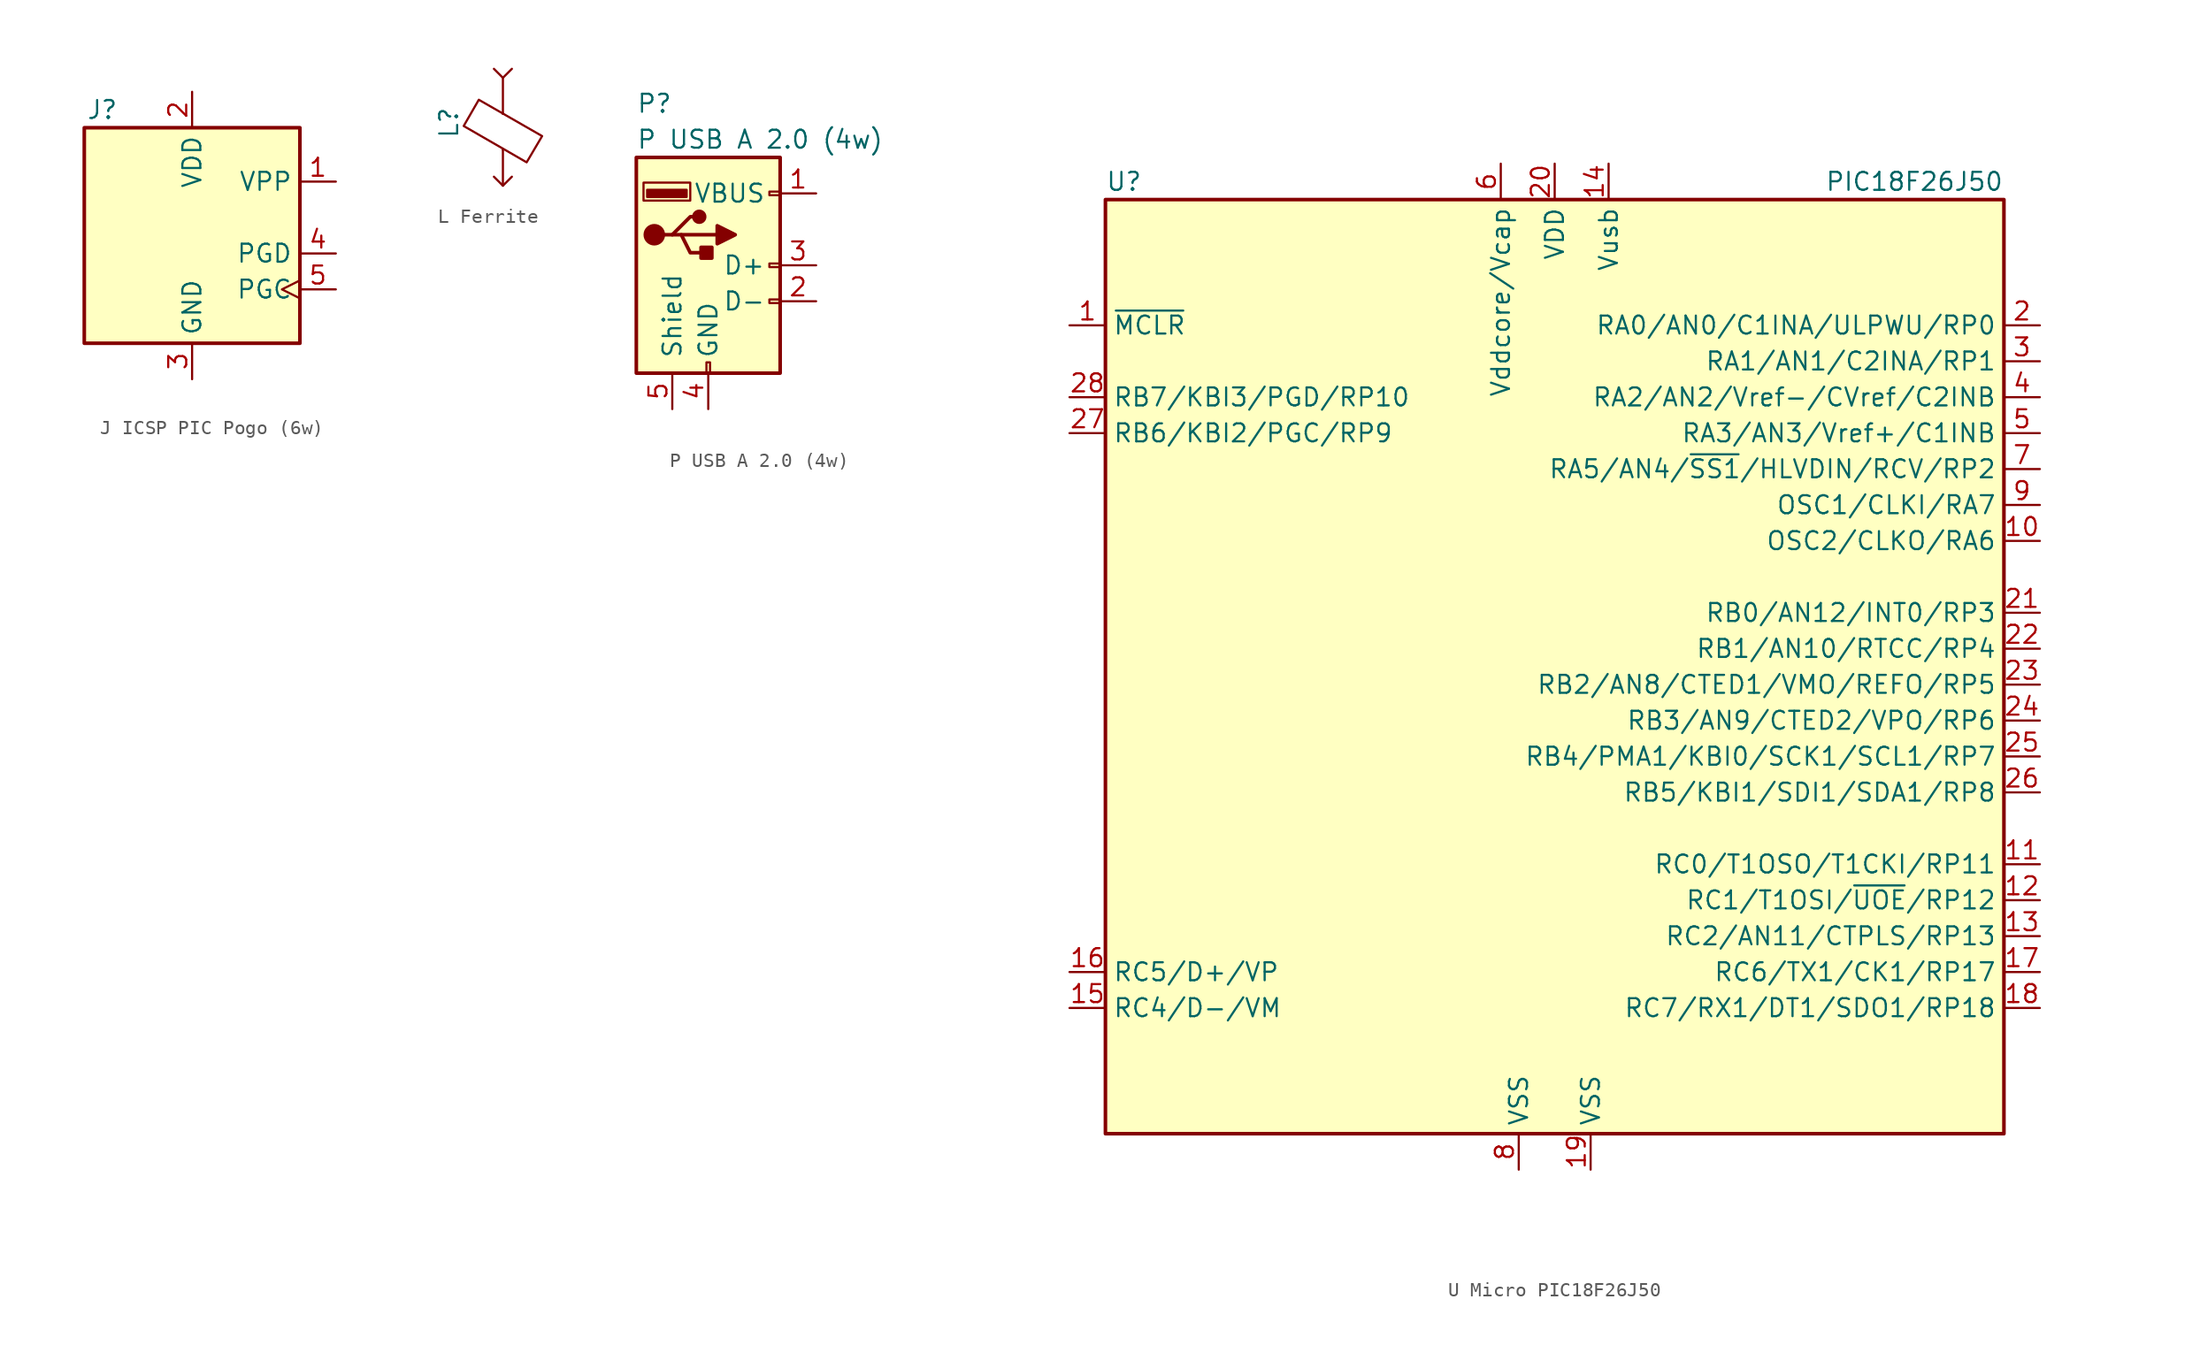
<source format=kicad_sym>
(kicad_symbol_lib
  (version 20220914)
  (generator kicad_symbol_editor)
  (symbol "J ICSP PIC Pogo (6w)"
    (property "Reference" "J"
      (at -6.35 8.89 0)
      (effects (font (size 1.27 1.27))))
    (symbol "J ICSP PIC Pogo (6w)_0_1"
      (rectangle (start -7.62 7.62) (end 7.62 -7.62) (stroke (width 0.254) (type default)) (fill (type background))))
    (symbol "J ICSP PIC Pogo (6w)_1_1"
      (pin power_out line (at 10.16 3.81 180) (length 2.54) (name "VPP" (effects (font (size 1.27 1.27)))) (number "1" (effects (font (size 1.27 1.27)))))
      (pin power_in line (at 0 10.16 270) (length 2.54) (name "VDD" (effects (font (size 1.27 1.27)))) (number "2" (effects (font (size 1.27 1.27)))))
      (pin power_in line (at 0 -10.16 90) (length 2.54) (name "GND" (effects (font (size 1.27 1.27)))) (number "3" (effects (font (size 1.27 1.27)))))
      (pin bidirectional line (at 10.16 -1.27 180) (length 2.54) (name "PGD" (effects (font (size 1.27 1.27)))) (number "4" (effects (font (size 1.27 1.27)))))
      (pin output clock (at 10.16 -3.81 180) (length 2.54) (name "PGC" (effects (font (size 1.27 1.27)))) (number "5" (effects (font (size 1.27 1.27)))))))
  (symbol "L Ferrite"
    (pin_numbers hide)
    (pin_names
      (offset 0))
    (property "Reference" "L"
      (at -3.81 0.635 90)
      (effects (font (size 1.27 1.27))))
    (symbol "L Ferrite_0_1"
      (polyline (pts (xy 0 -1.27) (xy 0 -1.219)) (stroke (width 0) (type default)) (fill (type none)))
      (polyline (pts (xy 0 1.27) (xy 0 1.295)) (stroke (width 0) (type default)) (fill (type none)))
      (polyline (pts (xy 0.635 -3.175) (xy 0 -3.81) (xy -0.635 -3.175)) (stroke (width 0) (type default)) (fill (type none)))
      (polyline (pts (xy 0.635 4.445) (xy 0 3.81) (xy -0.635 4.445)) (stroke (width 0) (type default)) (fill (type none)))
      (polyline (pts (xy -2.769 0.406) (xy -1.702 2.261) (xy 2.769 -0.305) (xy 1.676 -2.159) (xy -2.769 0.406)) (stroke (width 0) (type default)) (fill (type none))))
    (symbol "L Ferrite_1_1"
      (pin power_in line (at 0 3.81 270) (length 2.54) (name "~" (effects (font (size 1.27 1.27)))) (number "1" (effects (font (size 1.27 1.27)))))
      (pin power_out line (at 0 -3.81 90) (length 2.54) (name "~" (effects (font (size 1.27 1.27)))) (number "2" (effects (font (size 1.27 1.27)))))))
  (symbol "P USB A 2.0 (4w)"
    (pin_names
      (offset 1.016))
    (property "Reference" "P"
      (at -5.08 11.43 0)
      (effects (font (size 1.27 1.27)) (justify left)))
    (property "Value" "P USB A 2.0 (4w)"
      (at -5.08 8.89 0)
      (effects (font (size 1.27 1.27)) (justify left)))
    (symbol "P USB A 2.0 (4w)_0_1"
      (rectangle (start -5.08 7.62) (end 5.08 -7.62) (stroke (width 0.254) (type default)) (fill (type background)))
      (circle (center -3.81 2.159) (radius 0.635) (stroke (width 0.254) (type default)) (fill (type outline)))
      (rectangle (start -1.524 4.826) (end -4.318 5.334) (stroke (width 0) (type default)) (fill (type outline)))
      (rectangle (start -1.27 4.572) (end -4.572 5.842) (stroke (width 0) (type default)) (fill (type none)))
      (circle (center -0.635 3.429) (radius 0.381) (stroke (width 0.254) (type default)) (fill (type outline)))
      (rectangle (start -0.127 -7.62) (end 0.127 -6.858) (stroke (width 0) (type default)) (fill (type none)))
      (polyline (pts (xy -3.175 2.159) (xy -2.54 2.159) (xy -1.27 3.429) (xy -0.635 3.429)) (stroke (width 0.254) (type default)) (fill (type none)))
      (polyline (pts (xy -2.54 2.159) (xy -1.905 2.159) (xy -1.27 0.889) (xy 0 0.889)) (stroke (width 0.254) (type default)) (fill (type none)))
      (polyline (pts (xy 0.635 2.794) (xy 0.635 1.524) (xy 1.905 2.159) (xy 0.635 2.794)) (stroke (width 0.254) (type default)) (fill (type outline)))
      (rectangle (start 0.254 1.27) (end -0.508 0.508) (stroke (width 0.254) (type default)) (fill (type outline)))
      (rectangle (start 5.08 -2.667) (end 4.318 -2.413) (stroke (width 0) (type default)) (fill (type none)))
      (rectangle (start 5.08 -0.127) (end 4.318 0.127) (stroke (width 0) (type default)) (fill (type none)))
      (rectangle (start 5.08 4.953) (end 4.318 5.207) (stroke (width 0) (type default)) (fill (type none))))
    (symbol "P USB A 2.0 (4w)_1_1"
      (polyline (pts (xy -1.905 2.159) (xy 0.635 2.159)) (stroke (width 0.254) (type default)) (fill (type none)))
      (pin power_out line (at 7.62 5.08 180) (length 2.54) (name "VBUS" (effects (font (size 1.27 1.27)))) (number "1" (effects (font (size 1.27 1.27)))))
      (pin bidirectional line (at 7.62 -2.54 180) (length 2.54) (name "D-" (effects (font (size 1.27 1.27)))) (number "2" (effects (font (size 1.27 1.27)))))
      (pin bidirectional line (at 7.62 0 180) (length 2.54) (name "D+" (effects (font (size 1.27 1.27)))) (number "3" (effects (font (size 1.27 1.27)))))
      (pin power_out line (at 0 -10.16 90) (length 2.54) (name "GND" (effects (font (size 1.27 1.27)))) (number "4" (effects (font (size 1.27 1.27)))))
      (pin passive line (at -2.54 -10.16 90) (length 2.54) (name "Shield" (effects (font (size 1.27 1.27)))) (number "5" (effects (font (size 1.27 1.27)))))))
  (symbol "U Micro PIC18F26J50"
    (property "Reference" "U"
      (at -31.75 35.56 0)
      (effects (font (size 1.27 1.27)) (justify left)))
    (property "Value" "PIC18F26J50"
      (at 31.75 35.56 0)
      (effects (font (size 1.27 1.27)) (justify right)))
    (symbol "U Micro PIC18F26J50_0_1"
      (rectangle (start -31.75 34.29) (end 31.75 -31.75) (stroke (width 0.254) (type default)) (fill (type background))))
    (symbol "U Micro PIC18F26J50_1_1"
      (pin input line (at -34.29 25.4 0) (length 2.54) (name "~{MCLR}" (effects (font (size 1.27 1.27)))) (number "1" (effects (font (size 1.27 1.27)))))
      (pin bidirectional line (at 34.29 10.16 180) (length 2.54) (name "OSC2/CLKO/RA6" (effects (font (size 1.27 1.27)))) (number "10" (effects (font (size 1.27 1.27)))))
      (pin bidirectional line (at 34.29 -12.7 180) (length 2.54) (name "RC0/T1OSO/T1CKI/RP11" (effects (font (size 1.27 1.27)))) (number "11" (effects (font (size 1.27 1.27)))))
      (pin bidirectional line (at 34.29 -15.24 180) (length 2.54) (name "RC1/T1OSI/~{UOE}/RP12" (effects (font (size 1.27 1.27)))) (number "12" (effects (font (size 1.27 1.27)))))
      (pin bidirectional line (at 34.29 -17.78 180) (length 2.54) (name "RC2/AN11/CTPLS/RP13" (effects (font (size 1.27 1.27)))) (number "13" (effects (font (size 1.27 1.27)))))
      (pin power_in line (at 3.81 36.83 270) (length 2.54) (name "Vusb" (effects (font (size 1.27 1.27)))) (number "14" (effects (font (size 1.27 1.27)))))
      (pin bidirectional line (at -34.29 -22.86 0) (length 2.54) (name "RC4/D-/VM" (effects (font (size 1.27 1.27)))) (number "15" (effects (font (size 1.27 1.27)))))
      (pin bidirectional line (at -34.29 -20.32 0) (length 2.54) (name "RC5/D+/VP" (effects (font (size 1.27 1.27)))) (number "16" (effects (font (size 1.27 1.27)))))
      (pin bidirectional line (at 34.29 -20.32 180) (length 2.54) (name "RC6/TX1/CK1/RP17" (effects (font (size 1.27 1.27)))) (number "17" (effects (font (size 1.27 1.27)))))
      (pin bidirectional line (at 34.29 -22.86 180) (length 2.54) (name "RC7/RX1/DT1/SDO1/RP18" (effects (font (size 1.27 1.27)))) (number "18" (effects (font (size 1.27 1.27)))))
      (pin power_in line (at 2.54 -34.29 90) (length 2.54) (name "VSS" (effects (font (size 1.27 1.27)))) (number "19" (effects (font (size 1.27 1.27)))))
      (pin bidirectional line (at 34.29 25.4 180) (length 2.54) (name "RA0/AN0/C1INA/ULPWU/RP0" (effects (font (size 1.27 1.27)))) (number "2" (effects (font (size 1.27 1.27)))))
      (pin power_in line (at 0 36.83 270) (length 2.54) (name "VDD" (effects (font (size 1.27 1.27)))) (number "20" (effects (font (size 1.27 1.27)))))
      (pin bidirectional line (at 34.29 5.08 180) (length 2.54) (name "RB0/AN12/INT0/RP3" (effects (font (size 1.27 1.27)))) (number "21" (effects (font (size 1.27 1.27)))))
      (pin bidirectional line (at 34.29 2.54 180) (length 2.54) (name "RB1/AN10/RTCC/RP4" (effects (font (size 1.27 1.27)))) (number "22" (effects (font (size 1.27 1.27)))))
      (pin bidirectional line (at 34.29 0 180) (length 2.54) (name "RB2/AN8/CTED1/VMO/REFO/RP5" (effects (font (size 1.27 1.27)))) (number "23" (effects (font (size 1.27 1.27)))))
      (pin bidirectional line (at 34.29 -2.54 180) (length 2.54) (name "RB3/AN9/CTED2/VPO/RP6" (effects (font (size 1.27 1.27)))) (number "24" (effects (font (size 1.27 1.27)))))
      (pin bidirectional line (at 34.29 -5.08 180) (length 2.54) (name "RB4/PMA1/KBI0/SCK1/SCL1/RP7" (effects (font (size 1.27 1.27)))) (number "25" (effects (font (size 1.27 1.27)))))
      (pin bidirectional line (at 34.29 -7.62 180) (length 2.54) (name "RB5/KBI1/SDI1/SDA1/RP8" (effects (font (size 1.27 1.27)))) (number "26" (effects (font (size 1.27 1.27)))))
      (pin bidirectional line (at -34.29 17.78 0) (length 2.54) (name "RB6/KBI2/PGC/RP9" (effects (font (size 1.27 1.27)))) (number "27" (effects (font (size 1.27 1.27)))))
      (pin bidirectional line (at -34.29 20.32 0) (length 2.54) (name "RB7/KBI3/PGD/RP10" (effects (font (size 1.27 1.27)))) (number "28" (effects (font (size 1.27 1.27)))))
      (pin bidirectional line (at 34.29 22.86 180) (length 2.54) (name "RA1/AN1/C2INA/RP1" (effects (font (size 1.27 1.27)))) (number "3" (effects (font (size 1.27 1.27)))))
      (pin bidirectional line (at 34.29 20.32 180) (length 2.54) (name "RA2/AN2/Vref-/CVref/C2INB" (effects (font (size 1.27 1.27)))) (number "4" (effects (font (size 1.27 1.27)))))
      (pin bidirectional line (at 34.29 17.78 180) (length 2.54) (name "RA3/AN3/Vref+/C1INB" (effects (font (size 1.27 1.27)))) (number "5" (effects (font (size 1.27 1.27)))))
      (pin power_out line (at -3.81 36.83 270) (length 2.54) (name "Vddcore/Vcap" (effects (font (size 1.27 1.27)))) (number "6" (effects (font (size 1.27 1.27)))))
      (pin bidirectional line (at 34.29 15.24 180) (length 2.54) (name "RA5/AN4/~{SS1}/HLVDIN/RCV/RP2" (effects (font (size 1.27 1.27)))) (number "7" (effects (font (size 1.27 1.27)))))
      (pin power_in line (at -2.54 -34.29 90) (length 2.54) (name "VSS" (effects (font (size 1.27 1.27)))) (number "8" (effects (font (size 1.27 1.27)))))
      (pin bidirectional line (at 34.29 12.7 180) (length 2.54) (name "OSC1/CLKI/RA7" (effects (font (size 1.27 1.27)))) (number "9" (effects (font (size 1.27 1.27))))))))
</source>
